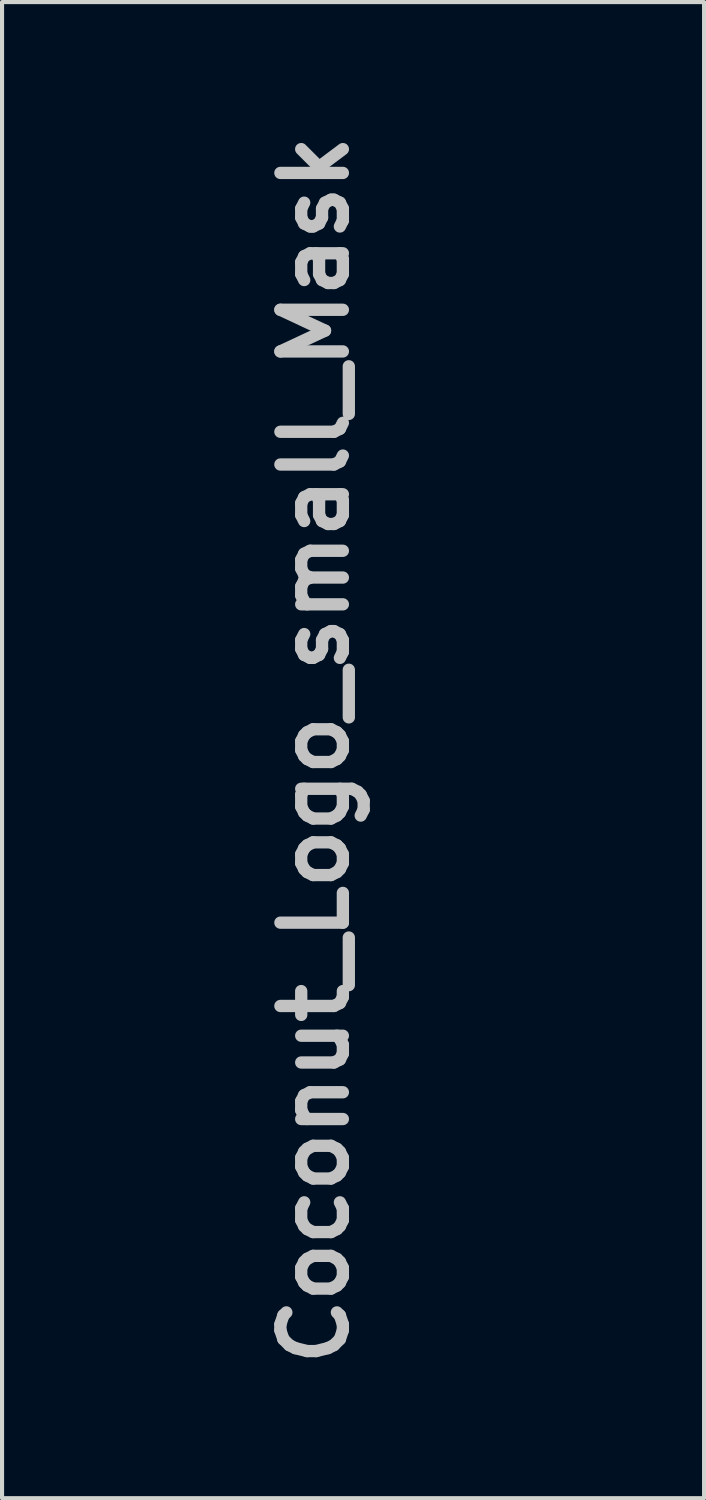
<source format=kicad_pcb>
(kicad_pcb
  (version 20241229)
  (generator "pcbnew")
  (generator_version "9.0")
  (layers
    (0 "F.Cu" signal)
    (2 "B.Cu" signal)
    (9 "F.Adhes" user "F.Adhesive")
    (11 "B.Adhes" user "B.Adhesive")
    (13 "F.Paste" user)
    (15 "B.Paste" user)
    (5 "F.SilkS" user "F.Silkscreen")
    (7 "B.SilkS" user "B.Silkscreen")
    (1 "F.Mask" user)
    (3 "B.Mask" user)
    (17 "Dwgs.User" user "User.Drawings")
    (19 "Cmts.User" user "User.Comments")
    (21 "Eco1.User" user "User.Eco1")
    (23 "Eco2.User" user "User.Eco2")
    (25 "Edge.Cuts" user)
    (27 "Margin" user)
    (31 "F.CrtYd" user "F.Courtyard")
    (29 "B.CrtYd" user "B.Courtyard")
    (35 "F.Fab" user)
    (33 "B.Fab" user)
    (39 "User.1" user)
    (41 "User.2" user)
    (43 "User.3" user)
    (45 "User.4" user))
  (footprint "Coconut_Logo_small_Mask"
    (layer "F.Cu")
    (at 6.834 15.133)
    (property "Reference" "Coconut_Logo_small_Mask" (at -2.21 0.114 90) (layer "Dwgs.User") (effects (font (size 1.524 1.524) (thickness 0.3))))
    (attr through_hole)
    (fp_poly (pts (xy -2.438 0.872) (xy -2.46 0.893) (xy -2.481 0.872) (xy -2.46 0.851) (xy -2.438 0.872)) (stroke (width 0.01) (type solid)) (fill yes) (layer "F.Mask"))
    (fp_poly (pts (xy -5.537 2.444) (xy -5.473 2.51) (xy -5.408 2.675) (xy -5.384 2.876) (xy -5.4 3.081) (xy -5.454 3.26) (xy -5.517 3.358) (xy -5.616 3.421) (xy -5.725 3.425) (xy -5.811 3.371) (xy -5.824 3.351) (xy -5.86 3.254) (xy -5.867 3.203) (xy -5.879 3.172) (xy -5.925 3.153) (xy -6.02 3.144) (xy -6.178 3.142) (xy -6.273 3.143) (xy -6.468 3.143) (xy -6.598 3.136) (xy -6.682 3.118) (xy -6.738 3.087) (xy -6.762 3.065) (xy -6.818 2.985) (xy -6.811 2.894) (xy -6.803 2.872) (xy -6.746 2.772) (xy -6.657 2.71) (xy -6.522 2.681) (xy -6.326 2.679) (xy -6.23 2.685) (xy -5.889 2.711) (xy -5.825 2.575) (xy -5.742 2.465) (xy -5.639 2.42) (xy -5.537 2.444)) (stroke (width 0.01) (type solid)) (fill yes) (layer "F.Mask"))
    (fp_poly (pts (xy -4.326 -1.773) (xy -4.16 -1.752) (xy -4.038 -1.717) (xy -4.004 -1.697) (xy -3.936 -1.604) (xy -3.949 -1.508) (xy -4.039 -1.418) (xy -4.123 -1.374) (xy -4.28 -1.305) (xy -4.144 -1.326) (xy -4.005 -1.32) (xy -3.943 -1.283) (xy -3.885 -1.202) (xy -3.901 -1.129) (xy -3.944 -1.078) (xy -4.027 -1.04) (xy -4.169 -1.016) (xy -4.346 -1.006) (xy -4.532 -1.01) (xy -4.704 -1.027) (xy -4.837 -1.058) (xy -4.892 -1.086) (xy -4.957 -1.173) (xy -4.937 -1.258) (xy -4.834 -1.341) (xy -4.797 -1.36) (xy -4.661 -1.426) (xy -4.788 -1.458) (xy -4.92 -1.512) (xy -4.972 -1.585) (xy -4.941 -1.674) (xy -4.912 -1.707) (xy -4.827 -1.747) (xy -4.684 -1.771) (xy -4.509 -1.78) (xy -4.326 -1.773)) (stroke (width 0.01) (type solid)) (fill yes) (layer "F.Mask"))
    (fp_poly (pts (xy -4.254 -4.076) (xy -4.085 -4.005) (xy -3.969 -3.898) (xy -3.915 -3.767) (xy -3.935 -3.619) (xy -3.936 -3.618) (xy -4.035 -3.482) (xy -4.2 -3.389) (xy -4.425 -3.344) (xy -4.525 -3.34) (xy -4.678 -3.347) (xy -4.779 -3.373) (xy -4.857 -3.427) (xy -4.874 -3.444) (xy -4.963 -3.581) (xy -4.973 -3.671) (xy -4.619 -3.671) (xy -4.557 -3.642) (xy -4.444 -3.645) (xy -4.354 -3.663) (xy -4.29 -3.696) (xy -4.283 -3.726) (xy -4.339 -3.752) (xy -4.439 -3.762) (xy -4.542 -3.756) (xy -4.609 -3.733) (xy -4.615 -3.727) (xy -4.619 -3.671) (xy -4.973 -3.671) (xy -4.979 -3.726) (xy -4.931 -3.864) (xy -4.827 -3.982) (xy -4.676 -4.066) (xy -4.486 -4.102) (xy -4.464 -4.102) (xy -4.254 -4.076)) (stroke (width 0.01) (type solid)) (fill yes) (layer "F.Mask"))
    (fp_poly (pts (xy -4.326 2.837) (xy -4.114 2.877) (xy -3.971 2.957) (xy -3.894 3.078) (xy -3.878 3.196) (xy -3.91 3.313) (xy -3.991 3.405) (xy -4.098 3.462) (xy -4.208 3.47) (xy -4.297 3.417) (xy -4.323 3.34) (xy -4.304 3.261) (xy -4.249 3.221) (xy -4.244 3.221) (xy -4.21 3.211) (xy -4.238 3.189) (xy -4.304 3.164) (xy -4.387 3.144) (xy -4.453 3.138) (xy -4.57 3.147) (xy -4.613 3.185) (xy -4.587 3.261) (xy -4.569 3.29) (xy -4.528 3.398) (xy -4.55 3.476) (xy -4.619 3.515) (xy -4.718 3.51) (xy -4.83 3.453) (xy -4.874 3.414) (xy -4.947 3.309) (xy -4.978 3.201) (xy -4.978 3.199) (xy -4.942 3.08) (xy -4.851 2.962) (xy -4.73 2.872) (xy -4.611 2.835) (xy -4.326 2.837)) (stroke (width 0.01) (type solid)) (fill yes) (layer "F.Mask"))
    (fp_poly (pts (xy -4.086 -0.499) (xy -4.006 -0.427) (xy -3.925 -0.324) (xy -3.881 -0.223) (xy -3.878 -0.199) (xy -3.906 -0.075) (xy -3.976 0.029) (xy -4.066 0.086) (xy -4.093 0.089) (xy -4.177 0.057) (xy -4.207 -0.018) (xy -4.173 -0.103) (xy -4.142 -0.168) (xy -4.149 -0.197) (xy -4.191 -0.185) (xy -4.269 -0.122) (xy -4.344 -0.048) (xy -4.501 0.085) (xy -4.65 0.138) (xy -4.786 0.111) (xy -4.891 0.02) (xy -4.956 -0.114) (xy -4.97 -0.26) (xy -4.935 -0.394) (xy -4.857 -0.491) (xy -4.797 -0.519) (xy -4.7 -0.528) (xy -4.66 -0.48) (xy -4.668 -0.375) (xy -4.679 -0.282) (xy -4.656 -0.258) (xy -4.595 -0.302) (xy -4.523 -0.377) (xy -4.412 -0.467) (xy -4.29 -0.525) (xy -4.271 -0.53) (xy -4.17 -0.536) (xy -4.086 -0.499)) (stroke (width 0.01) (type solid)) (fill yes) (layer "F.Mask"))
    (fp_poly (pts (xy -4.389 3.609) (xy -4.215 3.62) (xy -4.073 3.637) (xy -3.984 3.657) (xy -3.967 3.666) (xy -3.941 3.73) (xy -3.919 3.847) (xy -3.912 3.92) (xy -3.908 4.046) (xy -3.921 4.109) (xy -3.959 4.13) (xy -3.984 4.132) (xy -4.065 4.096) (xy -4.11 4.036) (xy -4.168 3.955) (xy -4.225 3.954) (xy -4.262 4.031) (xy -4.267 4.057) (xy -4.305 4.155) (xy -4.377 4.188) (xy -4.46 4.146) (xy -4.461 4.146) (xy -4.507 4.071) (xy -4.513 4.039) (xy -4.538 3.989) (xy -4.591 3.992) (xy -4.641 4.04) (xy -4.652 4.068) (xy -4.698 4.137) (xy -4.771 4.146) (xy -4.852 4.105) (xy -4.925 4.026) (xy -4.971 3.921) (xy -4.978 3.858) (xy -4.958 3.746) (xy -4.892 3.67) (xy -4.77 3.624) (xy -4.582 3.607) (xy -4.389 3.609)) (stroke (width 0.01) (type solid)) (fill yes) (layer "F.Mask"))
    (fp_poly (pts (xy -5.796 -1.029) (xy -5.657 -0.97) (xy -5.508 -0.872) (xy -5.428 -0.754) (xy -5.402 -0.593) (xy -5.402 -0.573) (xy -5.441 -0.407) (xy -5.549 -0.265) (xy -5.711 -0.152) (xy -5.913 -0.076) (xy -6.141 -0.043) (xy -6.38 -0.059) (xy -6.489 -0.085) (xy -6.643 -0.169) (xy -6.749 -0.305) (xy -6.802 -0.472) (xy -6.8 -0.526) (xy -6.367 -0.526) (xy -6.307 -0.49) (xy -6.304 -0.489) (xy -6.218 -0.481) (xy -6.098 -0.485) (xy -5.977 -0.499) (xy -5.889 -0.519) (xy -5.87 -0.529) (xy -5.871 -0.567) (xy -5.936 -0.599) (xy -6.043 -0.618) (xy -6.16 -0.621) (xy -6.282 -0.601) (xy -6.355 -0.566) (xy -6.367 -0.526) (xy -6.8 -0.526) (xy -6.796 -0.649) (xy -6.727 -0.816) (xy -6.679 -0.877) (xy -6.506 -1.003) (xy -6.288 -1.072) (xy -6.045 -1.081) (xy -5.796 -1.029)) (stroke (width 0.01) (type solid)) (fill yes) (layer "F.Mask"))
    (fp_poly (pts (xy -4.22 0.259) (xy -4.054 0.326) (xy -3.957 0.439) (xy -3.928 0.551) (xy -3.944 0.714) (xy -4.033 0.839) (xy -4.196 0.932) (xy -4.266 0.955) (xy -4.393 0.991) (xy -4.483 1.012) (xy -4.51 1.016) (xy -4.563 1.004) (xy -4.664 0.981) (xy -4.681 0.977) (xy -4.845 0.904) (xy -4.944 0.787) (xy -4.974 0.642) (xy -4.964 0.604) (xy -4.623 0.604) (xy -4.611 0.654) (xy -4.61 0.654) (xy -4.543 0.677) (xy -4.436 0.679) (xy -4.332 0.658) (xy -4.326 0.656) (xy -4.277 0.619) (xy -4.299 0.583) (xy -4.38 0.559) (xy -4.449 0.555) (xy -4.565 0.568) (xy -4.623 0.604) (xy -4.964 0.604) (xy -4.931 0.484) (xy -4.855 0.375) (xy -4.781 0.3) (xy -4.711 0.258) (xy -4.616 0.241) (xy -4.466 0.237) (xy -4.456 0.237) (xy -4.22 0.259)) (stroke (width 0.01) (type solid)) (fill yes) (layer "F.Mask"))
    (fp_poly (pts (xy -5.893 -3.241) (xy -5.714 -3.19) (xy -5.565 -3.097) (xy -5.518 -3.054) (xy -5.425 -2.913) (xy -5.4 -2.751) (xy -5.441 -2.588) (xy -5.542 -2.444) (xy -5.684 -2.345) (xy -5.818 -2.302) (xy -6.001 -2.27) (xy -6.198 -2.253) (xy -6.375 -2.252) (xy -6.481 -2.267) (xy -6.568 -2.311) (xy -6.67 -2.388) (xy -6.682 -2.4) (xy -6.759 -2.491) (xy -6.793 -2.596) (xy -6.799 -2.707) (xy -6.793 -2.742) (xy -6.367 -2.742) (xy -6.357 -2.71) (xy -6.298 -2.68) (xy -6.189 -2.666) (xy -6.063 -2.668) (xy -5.953 -2.686) (xy -5.911 -2.703) (xy -5.87 -2.75) (xy -5.912 -2.786) (xy -6.037 -2.812) (xy -6.088 -2.818) (xy -6.234 -2.818) (xy -6.332 -2.791) (xy -6.367 -2.742) (xy -6.793 -2.742) (xy -6.764 -2.918) (xy -6.661 -3.08) (xy -6.494 -3.191) (xy -6.265 -3.248) (xy -6.126 -3.255) (xy -5.893 -3.241)) (stroke (width 0.01) (type solid)) (fill yes) (layer "F.Mask"))
    (fp_poly (pts (xy -4.249 1.109) (xy -4.126 1.125) (xy -4.041 1.157) (xy -3.999 1.187) (xy -3.933 1.256) (xy -3.931 1.316) (xy -3.947 1.346) (xy -3.988 1.388) (xy -4.058 1.409) (xy -4.179 1.413) (xy -4.271 1.41) (xy -4.436 1.41) (xy -4.543 1.428) (xy -4.583 1.46) (xy -4.551 1.5) (xy -4.491 1.528) (xy -4.376 1.556) (xy -4.231 1.57) (xy -4.201 1.571) (xy -4.038 1.589) (xy -3.932 1.639) (xy -3.894 1.714) (xy -3.902 1.755) (xy -3.966 1.828) (xy -4.073 1.885) (xy -4.182 1.903) (xy -4.187 1.903) (xy -4.264 1.894) (xy -4.365 1.881) (xy -4.556 1.847) (xy -4.732 1.795) (xy -4.866 1.735) (xy -4.904 1.708) (xy -4.967 1.601) (xy -4.98 1.46) (xy -4.944 1.314) (xy -4.874 1.209) (xy -4.813 1.156) (xy -4.742 1.125) (xy -4.641 1.11) (xy -4.483 1.105) (xy -4.435 1.105) (xy -4.249 1.109)) (stroke (width 0.01) (type solid)) (fill yes) (layer "F.Mask"))
    (fp_poly (pts (xy -5.826 -2.09) (xy -5.733 -2.069) (xy -5.552 -1.997) (xy -5.439 -1.893) (xy -5.381 -1.743) (xy -5.371 -1.679) (xy -5.363 -1.549) (xy -5.386 -1.462) (xy -5.453 -1.378) (xy -5.478 -1.352) (xy -5.618 -1.25) (xy -5.756 -1.228) (xy -5.87 -1.267) (xy -5.937 -1.344) (xy -5.946 -1.448) (xy -5.898 -1.547) (xy -5.866 -1.575) (xy -5.813 -1.618) (xy -5.824 -1.641) (xy -5.909 -1.662) (xy -5.914 -1.662) (xy -6.069 -1.684) (xy -6.212 -1.687) (xy -6.315 -1.673) (xy -6.351 -1.652) (xy -6.344 -1.596) (xy -6.294 -1.513) (xy -6.29 -1.507) (xy -6.218 -1.376) (xy -6.219 -1.271) (xy -6.283 -1.203) (xy -6.401 -1.182) (xy -6.561 -1.219) (xy -6.572 -1.223) (xy -6.689 -1.312) (xy -6.768 -1.453) (xy -6.802 -1.621) (xy -6.784 -1.789) (xy -6.755 -1.861) (xy -6.654 -1.967) (xy -6.491 -2.047) (xy -6.286 -2.097) (xy -6.058 -2.113) (xy -5.826 -2.09)) (stroke (width 0.01) (type solid)) (fill yes) (layer "F.Mask"))
    (fp_poly (pts (xy -4.501 1.995) (xy -4.315 1.998) (xy -4.158 2.006) (xy -4.051 2.018) (xy -4.018 2.027) (xy -3.959 2.101) (xy -3.908 2.223) (xy -3.88 2.358) (xy -3.878 2.401) (xy -3.915 2.531) (xy -4.012 2.633) (xy -4.146 2.697) (xy -4.294 2.711) (xy -4.432 2.667) (xy -4.451 2.654) (xy -4.525 2.617) (xy -4.595 2.64) (xy -4.616 2.654) (xy -4.74 2.707) (xy -4.855 2.699) (xy -4.934 2.634) (xy -4.934 2.632) (xy -4.958 2.52) (xy -4.914 2.429) (xy -4.865 2.399) (xy -4.83 2.372) (xy -4.859 2.329) (xy -4.862 2.326) (xy -4.406 2.326) (xy -4.385 2.355) (xy -4.31 2.404) (xy -4.246 2.378) (xy -4.226 2.341) (xy -4.249 2.302) (xy -4.324 2.29) (xy -4.401 2.297) (xy -4.406 2.326) (xy -4.862 2.326) (xy -4.896 2.297) (xy -4.964 2.216) (xy -4.965 2.116) (xy -4.963 2.107) (xy -4.934 1.994) (xy -4.501 1.995)) (stroke (width 0.01) (type solid)) (fill yes) (layer "F.Mask"))
    (fp_poly (pts (xy -5.814 -4.278) (xy -5.613 -4.205) (xy -5.46 -4.093) (xy -5.425 -4.051) (xy -5.368 -3.906) (xy -5.373 -3.749) (xy -5.43 -3.603) (xy -5.531 -3.49) (xy -5.664 -3.429) (xy -5.715 -3.425) (xy -5.857 -3.453) (xy -5.937 -3.527) (xy -5.948 -3.63) (xy -5.883 -3.747) (xy -5.867 -3.763) (xy -5.826 -3.808) (xy -5.823 -3.833) (xy -5.869 -3.845) (xy -5.98 -3.848) (xy -6.079 -3.848) (xy -6.225 -3.843) (xy -6.331 -3.831) (xy -6.375 -3.814) (xy -6.375 -3.812) (xy -6.347 -3.76) (xy -6.289 -3.698) (xy -6.22 -3.587) (xy -6.215 -3.512) (xy -6.234 -3.442) (xy -6.286 -3.407) (xy -6.397 -3.391) (xy -6.407 -3.391) (xy -6.541 -3.393) (xy -6.636 -3.435) (xy -6.692 -3.484) (xy -6.762 -3.575) (xy -6.793 -3.685) (xy -6.799 -3.799) (xy -6.791 -3.936) (xy -6.757 -4.027) (xy -6.68 -4.113) (xy -6.652 -4.137) (xy -6.481 -4.24) (xy -6.27 -4.297) (xy -6.04 -4.309) (xy -5.814 -4.278)) (stroke (width 0.01) (type solid)) (fill yes) (layer "F.Mask"))
    (fp_poly (pts (xy -5.83 1.288) (xy -5.62 1.329) (xy -5.484 1.398) (xy -5.423 1.487) (xy -5.424 1.589) (xy -5.479 1.667) (xy -5.531 1.711) (xy -5.588 1.732) (xy -5.674 1.732) (xy -5.813 1.712) (xy -5.861 1.704) (xy -6.069 1.678) (xy -6.203 1.681) (xy -6.272 1.716) (xy -6.282 1.777) (xy -6.257 1.813) (xy -6.19 1.84) (xy -6.065 1.861) (xy -5.889 1.88) (xy -5.655 1.909) (xy -5.499 1.947) (xy -5.434 1.982) (xy -5.373 2.052) (xy -5.373 2.117) (xy -5.436 2.201) (xy -5.463 2.229) (xy -5.539 2.29) (xy -5.626 2.32) (xy -5.758 2.328) (xy -5.813 2.328) (xy -5.986 2.319) (xy -6.156 2.301) (xy -6.231 2.289) (xy -6.492 2.219) (xy -6.676 2.124) (xy -6.786 2.001) (xy -6.829 1.844) (xy -6.822 1.721) (xy -6.777 1.562) (xy -6.681 1.435) (xy -6.647 1.404) (xy -6.572 1.342) (xy -6.503 1.304) (xy -6.417 1.283) (xy -6.29 1.276) (xy -6.119 1.274) (xy -5.83 1.288)) (stroke (width 0.01) (type solid)) (fill yes) (layer "F.Mask"))
    (fp_poly (pts (xy -5.636 3.557) (xy -5.495 3.66) (xy -5.396 3.807) (xy -5.359 3.976) (xy -5.375 4.108) (xy -5.435 4.205) (xy -5.489 4.255) (xy -5.586 4.324) (xy -5.656 4.337) (xy -5.704 4.319) (xy -5.797 4.24) (xy -5.808 4.153) (xy -5.737 4.065) (xy -5.671 4.01) (xy -5.671 3.979) (xy -5.708 3.961) (xy -5.768 3.965) (xy -5.855 4.023) (xy -5.978 4.14) (xy -6.006 4.17) (xy -6.162 4.317) (xy -6.296 4.394) (xy -6.423 4.408) (xy -6.562 4.364) (xy -6.583 4.353) (xy -6.708 4.252) (xy -6.786 4.114) (xy -6.817 3.958) (xy -6.804 3.802) (xy -6.748 3.664) (xy -6.653 3.564) (xy -6.519 3.519) (xy -6.496 3.518) (xy -6.407 3.525) (xy -6.381 3.563) (xy -6.393 3.634) (xy -6.422 3.769) (xy -6.428 3.842) (xy -6.412 3.876) (xy -6.397 3.884) (xy -6.348 3.862) (xy -6.283 3.788) (xy -6.27 3.769) (xy -6.122 3.614) (xy -5.932 3.531) (xy -5.802 3.518) (xy -5.636 3.557)) (stroke (width 0.01) (type solid)) (fill yes) (layer "F.Mask"))
    (fp_poly (pts (xy -6.098 0.096) (xy -5.887 0.103) (xy -5.742 0.112) (xy -5.648 0.127) (xy -5.586 0.152) (xy -5.539 0.19) (xy -5.507 0.225) (xy -5.437 0.344) (xy -5.446 0.448) (xy -5.537 0.542) (xy -5.628 0.595) (xy -5.804 0.681) (xy -5.646 0.682) (xy -5.52 0.699) (xy -5.438 0.76) (xy -5.421 0.785) (xy -5.384 0.903) (xy -5.416 1.01) (xy -5.5 1.075) (xy -5.594 1.095) (xy -5.748 1.11) (xy -5.936 1.119) (xy -6.134 1.123) (xy -6.316 1.121) (xy -6.456 1.11) (xy -6.496 1.104) (xy -6.665 1.055) (xy -6.76 0.99) (xy -6.792 0.898) (xy -6.79 0.855) (xy -6.764 0.78) (xy -6.693 0.713) (xy -6.675 0.703) (xy -5.867 0.703) (xy -5.846 0.724) (xy -5.825 0.703) (xy -5.846 0.682) (xy -5.867 0.703) (xy -6.675 0.703) (xy -6.56 0.637) (xy -6.545 0.63) (xy -6.312 0.515) (xy -6.473 0.514) (xy -6.655 0.491) (xy -6.764 0.426) (xy -6.799 0.321) (xy -6.782 0.228) (xy -6.723 0.161) (xy -6.615 0.119) (xy -6.446 0.097) (xy -6.206 0.093) (xy -6.098 0.096)) (stroke (width 0.01) (type solid)) (fill yes) (layer "F.Mask"))
    (fp_poly (pts (xy -4.188 -3.243) (xy -4.059 -3.229) (xy -4.004 -3.213) (xy -3.933 -3.132) (xy -3.895 -3.002) (xy -3.894 -2.852) (xy -3.922 -2.742) (xy -4.022 -2.611) (xy -4.149 -2.534) (xy -4.322 -2.457) (xy -4.174 -2.453) (xy -4.061 -2.443) (xy -3.983 -2.421) (xy -3.979 -2.419) (xy -3.941 -2.354) (xy -3.914 -2.24) (xy -3.901 -2.111) (xy -3.908 -2.001) (xy -3.928 -1.952) (xy -3.999 -1.93) (xy -4.078 -1.961) (xy -4.128 -2.026) (xy -4.132 -2.05) (xy -4.166 -2.105) (xy -4.195 -2.112) (xy -4.246 -2.076) (xy -4.259 -2.007) (xy -4.276 -1.926) (xy -4.344 -1.901) (xy -4.366 -1.901) (xy -4.465 -1.932) (xy -4.513 -2.007) (xy -4.562 -2.09) (xy -4.61 -2.108) (xy -4.638 -2.057) (xy -4.64 -2.028) (xy -4.665 -1.961) (xy -4.743 -1.943) (xy -4.854 -1.98) (xy -4.934 -2.071) (xy -4.973 -2.191) (xy -4.959 -2.312) (xy -4.914 -2.383) (xy -4.838 -2.422) (xy -4.71 -2.457) (xy -4.594 -2.476) (xy -4.458 -2.493) (xy -4.396 -2.509) (xy -4.395 -2.528) (xy -4.437 -2.552) (xy -4.522 -2.623) (xy -4.595 -2.73) (xy -4.597 -2.735) (xy -4.672 -2.84) (xy -4.777 -2.882) (xy -4.784 -2.882) (xy -4.807 -2.891) (xy -4.364 -2.891) (xy -4.343 -2.874) (xy -4.239 -2.835) (xy -4.163 -2.861) (xy -4.153 -2.874) (xy -4.17 -2.904) (xy -4.255 -2.916) (xy -4.267 -2.916) (xy -4.353 -2.91) (xy -4.364 -2.891) (xy -4.807 -2.891) (xy -4.906 -2.925) (xy -4.967 -3.003) (xy -4.963 -3.095) (xy -4.895 -3.177) (xy -4.805 -3.219) (xy -4.69 -3.238) (xy -4.53 -3.248) (xy -4.354 -3.25) (xy -4.188 -3.243)) (stroke (width 0.01) (type solid)) (fill yes) (layer "F.Mask"))
    (fp_poly (pts (xy 0.651 -3.881) (xy 0.688 -3.676) (xy 0.721 -3.498) (xy 0.747 -3.366) (xy 0.761 -3.297) (xy 0.761 -3.296) (xy 0.806 -3.253) (xy 0.912 -3.19) (xy 1.063 -3.114) (xy 1.203 -3.052) (xy 1.627 -2.873) (xy 2.057 -3.174) (xy 2.227 -3.292) (xy 2.376 -3.392) (xy 2.487 -3.464) (xy 2.546 -3.498) (xy 2.547 -3.498) (xy 2.594 -3.478) (xy 2.685 -3.409) (xy 2.807 -3.306) (xy 2.946 -3.18) (xy 3.087 -3.047) (xy 3.218 -2.918) (xy 3.323 -2.807) (xy 3.388 -2.726) (xy 3.404 -2.695) (xy 3.381 -2.65) (xy 3.32 -2.548) (xy 3.229 -2.403) (xy 3.116 -2.23) (xy 3.079 -2.175) (xy 2.755 -1.688) (xy 2.914 -1.287) (xy 2.984 -1.116) (xy 3.046 -0.977) (xy 3.092 -0.887) (xy 3.109 -0.862) (xy 3.163 -0.846) (xy 3.282 -0.818) (xy 3.451 -0.783) (xy 3.653 -0.742) (xy 3.684 -0.736) (xy 3.889 -0.695) (xy 4.064 -0.655) (xy 4.192 -0.622) (xy 4.256 -0.599) (xy 4.259 -0.597) (xy 4.271 -0.543) (xy 4.28 -0.422) (xy 4.285 -0.249) (xy 4.284 -0.042) (xy 4.283 0.008) (xy 4.271 0.576) (xy 3.718 0.685) (xy 3.509 0.728) (xy 3.329 0.767) (xy 3.195 0.799) (xy 3.123 0.82) (xy 3.118 0.823) (xy 3.084 0.872) (xy 3.029 0.982) (xy 2.962 1.135) (xy 2.916 1.247) (xy 2.759 1.644) (xy 3.062 2.095) (xy 3.179 2.271) (xy 3.279 2.426) (xy 3.352 2.544) (xy 3.389 2.61) (xy 3.39 2.613) (xy 3.375 2.671) (xy 3.299 2.776) (xy 3.162 2.93) (xy 3.019 3.077) (xy 2.869 3.225) (xy 2.74 3.347) (xy 2.643 3.434) (xy 2.59 3.474) (xy 2.585 3.476) (xy 2.538 3.452) (xy 2.437 3.39) (xy 2.297 3.297) (xy 2.14 3.188) (xy 1.974 3.072) (xy 1.83 2.972) (xy 1.725 2.899) (xy 1.674 2.865) (xy 1.611 2.866) (xy 1.493 2.898) (xy 1.34 2.953) (xy 1.174 3.022) (xy 1.012 3.097) (xy 0.877 3.169) (xy 0.787 3.229) (xy 0.762 3.26) (xy 0.748 3.326) (xy 0.722 3.457) (xy 0.689 3.634) (xy 0.652 3.838) (xy 0.651 3.846) (xy 0.558 4.365) (xy -0.031 4.365) (xy -0.285 4.362) (xy -0.464 4.355) (xy -0.576 4.342) (xy -0.63 4.322) (xy -0.637 4.312) (xy -0.651 4.251) (xy -0.676 4.126) (xy -0.708 3.953) (xy -0.744 3.751) (xy -0.746 3.743) (xy -0.838 3.227) (xy -1.199 3.075) (xy -1.409 2.988) (xy -1.561 2.932) (xy -1.678 2.91) (xy -1.782 2.924) (xy -1.895 2.976) (xy -2.038 3.069) (xy -2.19 3.175) (xy -2.36 3.29) (xy -2.507 3.385) (xy -2.616 3.45) (xy -2.672 3.475) (xy -2.674 3.476) (xy -2.719 3.446) (xy -2.809 3.365) (xy -2.931 3.244) (xy -3.074 3.095) (xy -3.107 3.059) (xy -3.491 2.643) (xy -3.198 2.202) (xy -3.086 2.029) (xy -2.993 1.879) (xy -2.93 1.766) (xy -2.904 1.707) (xy -2.904 1.705) (xy -2.924 1.638) (xy -2.976 1.53) (xy -3.014 1.461) (xy -3.125 1.273) (xy -2.851 1.149) (xy -2.655 1.062) (xy -2.518 1.011) (xy -2.423 0.996) (xy -2.355 1.016) (xy -2.294 1.072) (xy -2.243 1.137) (xy -2.019 1.388) (xy -1.732 1.625) (xy -1.405 1.836) (xy -1.062 2.005) (xy -0.724 2.117) (xy -0.707 2.121) (xy -0.431 2.165) (xy -0.14 2.174) (xy 0.136 2.151) (xy 0.366 2.096) (xy 0.386 2.089) (xy 0.519 2.027) (xy 0.661 1.945) (xy 0.793 1.856) (xy 0.894 1.774) (xy 0.946 1.713) (xy 0.948 1.702) (xy 0.917 1.659) (xy 0.842 1.593) (xy 0.824 1.579) (xy 0.736 1.521) (xy 0.672 1.512) (xy 0.591 1.549) (xy 0.578 1.557) (xy 0.424 1.605) (xy 0.286 1.572) (xy 0.176 1.463) (xy 0.159 1.432) (xy 0.118 1.316) (xy 0.09 1.139) (xy 0.071 0.891) (xy 0.069 0.83) (xy 0.063 0.685) (xy 0.491 0.685) (xy 0.498 0.733) (xy 0.515 0.782) (xy 0.549 0.839) (xy 0.605 0.911) (xy 0.691 1.006) (xy 0.813 1.129) (xy 0.976 1.288) (xy 1.188 1.489) (xy 1.455 1.741) (xy 1.497 1.78) (xy 2.49 2.714) (xy 2.583 2.597) (xy 2.677 2.481) (xy 1.868 1.655) (xy 1.642 1.424) (xy 1.423 1.2) (xy 1.222 0.995) (xy 1.05 0.818) (xy 0.918 0.682) (xy 0.841 0.604) (xy 0.728 0.49) (xy 0.656 0.429) (xy 0.609 0.413) (xy 0.57 0.432) (xy 0.55 0.45) (xy 0.496 0.561) (xy 0.491 0.685) (xy 0.063 0.685) (xy 0.051 0.364) (xy -0.146 0.158) (xy -0.343 -0.049) (xy -0.21 -0.024) (xy -0.075 0.003) (xy 0.033 0.028) (xy 0.123 0.042) (xy 0.137 0.02) (xy 0.074 -0.038) (xy -0.065 -0.132) (xy -0.28 -0.261) (xy -0.324 -0.287) (xy -0.498 -0.389) (xy -0.641 -0.475) (xy -0.739 -0.538) (xy -0.778 -0.568) (xy -0.778 -0.569) (xy -0.735 -0.566) (xy -0.625 -0.547) (xy -0.467 -0.516) (xy -0.3 -0.48) (xy -0.109 -0.44) (xy 0.053 -0.406) (xy 0.167 -0.385) (xy 0.213 -0.378) (xy 0.255 -0.412) (xy 0.318 -0.503) (xy 0.375 -0.61) (xy 0.465 -0.769) (xy 0.57 -0.921) (xy 0.631 -0.994) (xy 0.776 -1.108) (xy 0.913 -1.139) (xy 1.037 -1.089) (xy 1.137 -0.969) (xy 1.178 -0.886) (xy 1.203 -0.789) (xy 1.218 -0.659) (xy 1.223 -0.474) (xy 1.223 -0.377) (xy 1.22 -0.164) (xy 1.212 0.043) (xy 1.2 0.212) (xy 1.192 0.279) (xy 1.177 0.408) (xy 1.188 0.486) (xy 1.234 0.546) (xy 1.292 0.593) (xy 1.369 0.646) (xy 1.425 0.658) (xy 1.466 0.617) (xy 1.501 0.514) (xy 1.537 0.339) (xy 1.548 0.281) (xy 1.603 -0.191) (xy 1.589 -0.615) (xy 1.508 -0.988) (xy 1.36 -1.31) (xy 1.147 -1.58) (xy 0.87 -1.796) (xy 0.529 -1.956) (xy 0.126 -2.059) (xy -0.242 -2.1) (xy -0.493 -2.108) (xy -0.694 -2.101) (xy -0.876 -2.077) (xy -1.004 -2.049) (xy -1.415 -1.916) (xy -1.78 -1.731) (xy -2.087 -1.499) (xy -2.319 -1.241) (xy -2.391 -1.145) (xy -2.454 -1.09) (xy -2.526 -1.074) (xy -2.627 -1.097) (xy -2.775 -1.157) (xy -2.875 -1.2) (xy -3.115 -1.307) (xy -3.002 -1.538) (xy -2.889 -1.768) (xy -3.2 -2.24) (xy -3.512 -2.711) (xy -2.67 -3.553) (xy -2.213 -3.235) (xy -2.041 -3.117) (xy -1.894 -3.018) (xy -1.786 -2.949) (xy -1.731 -2.918) (xy -1.727 -2.917) (xy -1.678 -2.932) (xy -1.568 -2.973) (xy -1.415 -3.033) (xy -1.267 -3.093) (xy -0.837 -3.27) (xy -0.766 -3.675) (xy -0.731 -3.87) (xy -0.698 -4.05) (xy -0.673 -4.187) (xy -0.665 -4.229) (xy -0.636 -4.377) (xy -0.039 -4.389) (xy 0.558 -4.401) (xy 0.651 -3.881)) (stroke (width 0.01) (type solid)) (fill yes) (layer "F.Mask")))
  (gr_rect
    (start -3 -3)
    (end 14.124 33.495)
    (stroke (width 0.1) (type default))
    (fill no)
    (layer "Edge.Cuts")))
</source>
